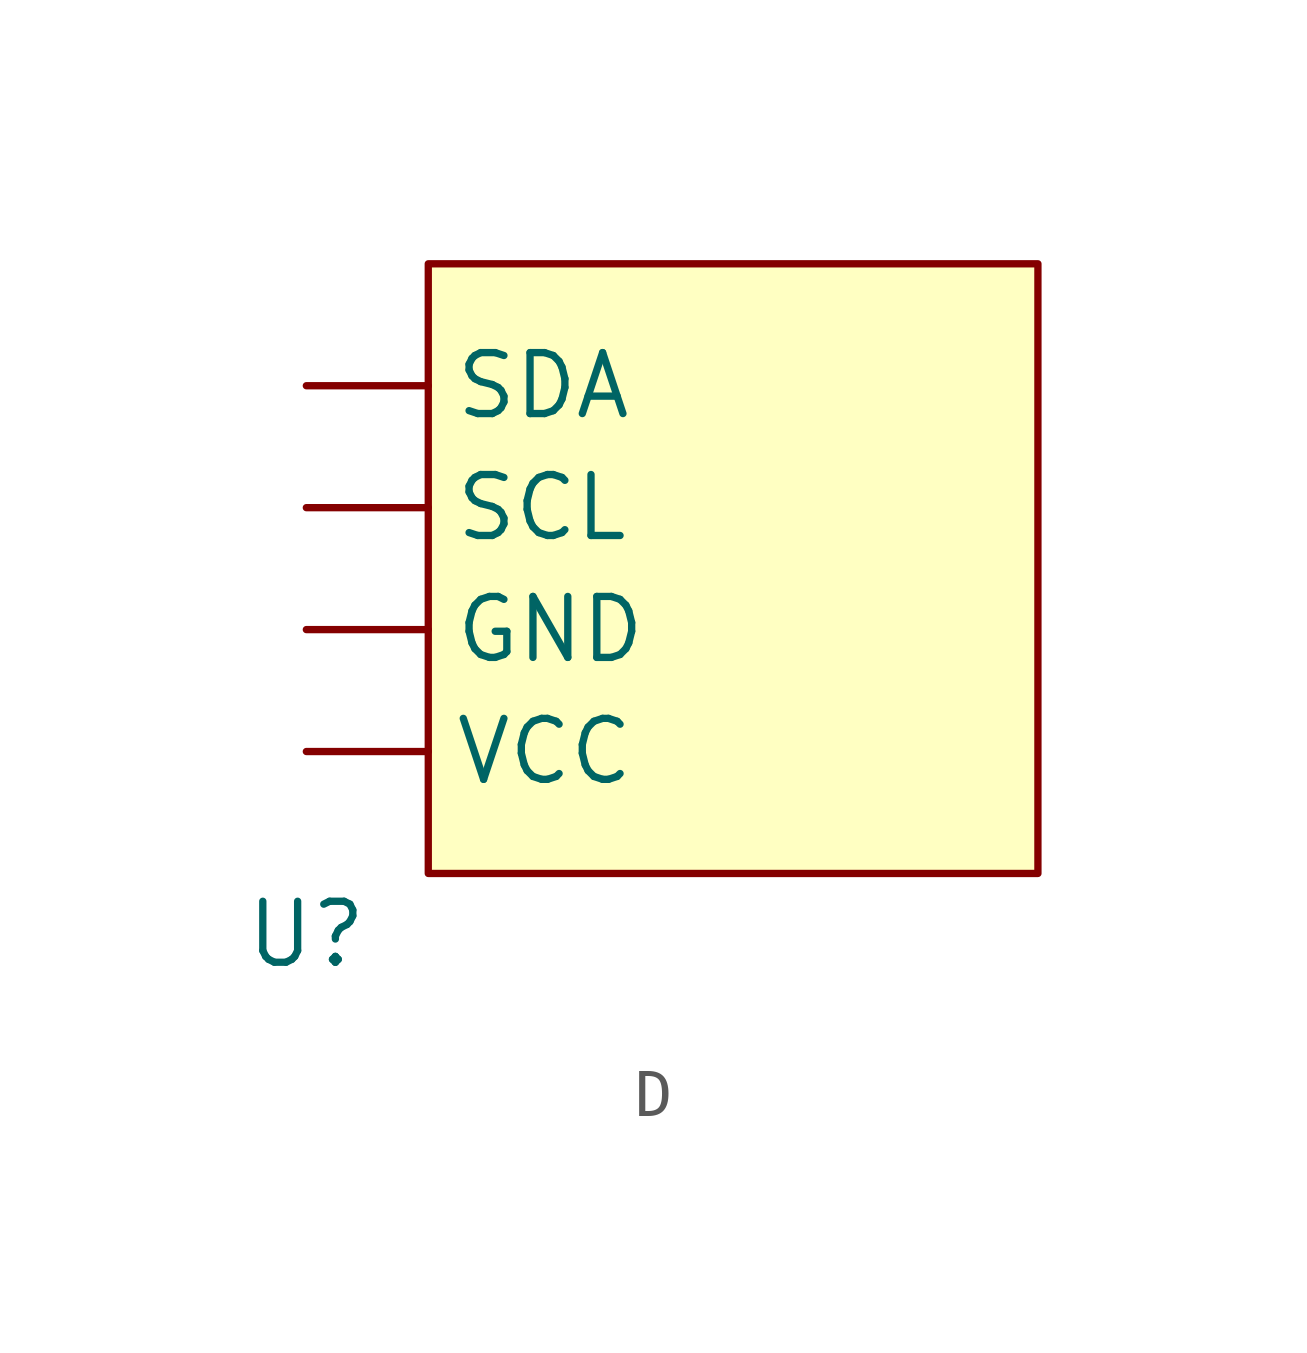
<source format=kicad_sym>
(kicad_symbol_lib
  (version 20241209)
  (generator "kicad_symbol_editor")
  (generator_version "9.0")
  (symbol "D"
    (property "Reference" "U"
      (at 0 0 0)
      (effects (font (size 1.27 1.27))))
    (property "Value" ""
      (at 0 0 0)
      (effects (font (size 1.27 1.27))))
    (symbol "D_1_1"
      (rectangle (start 2.54 13.97) (end 15.24 1.27) (stroke (width 0) (type solid)) (fill (type background)))
      (pin bidirectional line (at 0 11.43 0) (length 2.54) (name "SDA" (effects (font (size 1.27 1.27)))) (number "" (effects (font (size 1.27 1.27)))))
      (pin bidirectional line (at 0 8.89 0) (length 2.54) (name "SCL" (effects (font (size 1.27 1.27)))) (number "" (effects (font (size 1.27 1.27)))))
      (pin input line (at 0 6.35 0) (length 2.54) (name "GND" (effects (font (size 1.27 1.27)))) (number "" (effects (font (size 1.27 1.27)))))
      (pin input line (at 0 3.81 0) (length 2.54) (name "VCC" (effects (font (size 1.27 1.27)))) (number "" (effects (font (size 1.27 1.27))))))))
</source>
